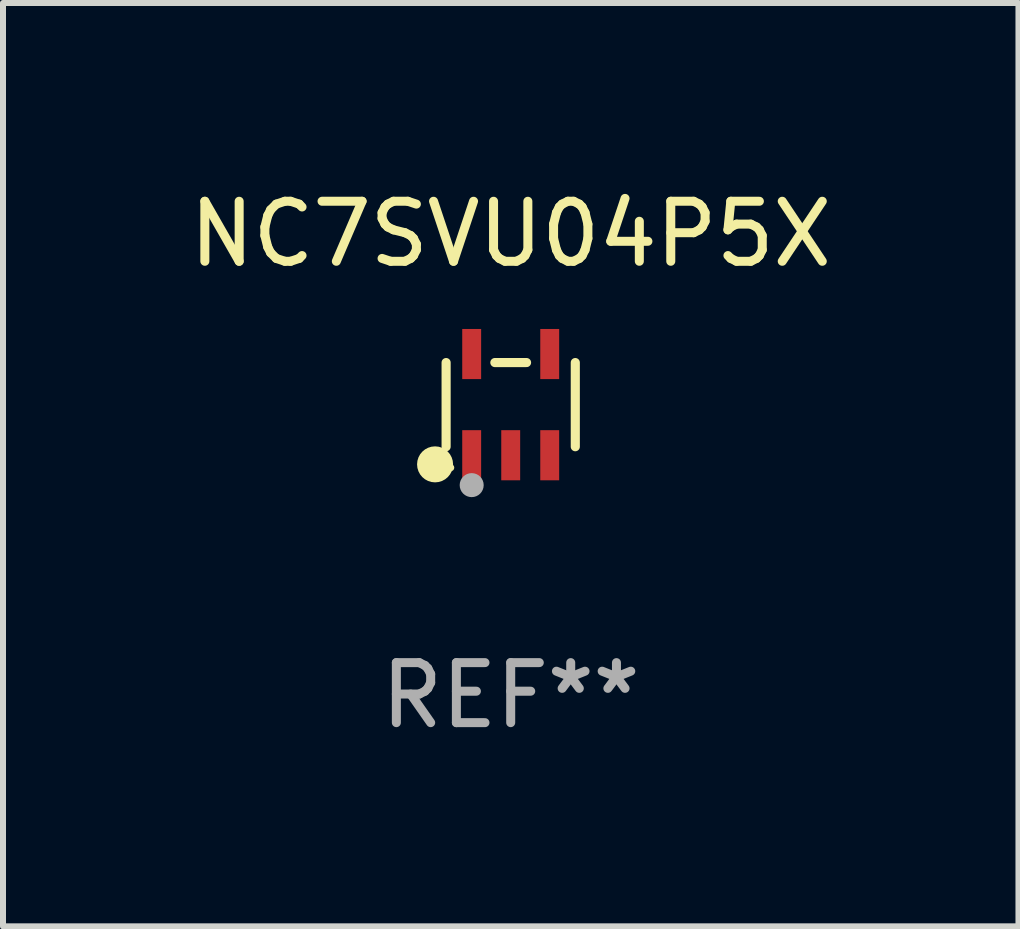
<source format=kicad_pcb>
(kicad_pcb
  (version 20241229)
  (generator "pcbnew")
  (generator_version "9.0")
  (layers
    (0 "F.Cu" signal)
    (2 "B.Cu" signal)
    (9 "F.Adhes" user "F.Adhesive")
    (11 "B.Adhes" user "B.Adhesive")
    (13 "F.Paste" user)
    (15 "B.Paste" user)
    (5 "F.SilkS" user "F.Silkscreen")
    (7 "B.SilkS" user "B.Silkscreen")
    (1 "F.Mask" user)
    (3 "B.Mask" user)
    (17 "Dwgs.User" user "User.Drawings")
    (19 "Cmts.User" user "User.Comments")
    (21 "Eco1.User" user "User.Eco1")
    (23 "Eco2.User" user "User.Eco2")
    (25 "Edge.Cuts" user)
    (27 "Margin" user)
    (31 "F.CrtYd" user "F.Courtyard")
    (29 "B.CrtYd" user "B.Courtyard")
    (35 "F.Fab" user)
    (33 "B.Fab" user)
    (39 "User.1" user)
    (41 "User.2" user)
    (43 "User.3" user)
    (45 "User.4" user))
  (footprint "NC7SVU04P5X"
    (layer "F.Cu")
    (at 5.458 3.691)
    (property "Reference" "NC7SVU04P5X" (at 0 -2.843 0) (layer "F.SilkS") (effects (font (size 1 1) (thickness 0.15))))
    (attr through_hole)
    (fp_line (start -1.076 0.701) (end -1.076 -0.701) (stroke (width 0.152) (type solid)) (layer "F.SilkS"))
    (fp_line (start 0.264 -0.701) (end -0.264 -0.701) (stroke (width 0.152) (type solid)) (layer "F.SilkS"))
    (fp_line (start 1.076 0.701) (end 1.076 -0.701) (stroke (width 0.152) (type solid)) (layer "F.SilkS"))
    (fp_circle (center -1.26 0.995) (end -1.11 0.995) (stroke (width 0.3) (type solid)) (fill no) (layer "F.SilkS"))
    (fp_circle (center -1 1.05) (end -0.97 1.05) (stroke (width 0.06) (type solid)) (fill no) (layer "F.SilkS"))
    (fp_circle (center -0.65 1.341) (end -0.55 1.341) (stroke (width 0.2) (type solid)) (fill no) (layer "F.Fab"))
    (fp_text user "REF**" (at 0 4.843 0) (layer "F.Fab") (effects (font (size 1 1) (thickness 0.15))))
    (pad "1" smd rect (at -0.65 0.843) (size 0.315 0.835) (layers "F.Cu" "F.Mask" "F.Paste"))
    (pad "2" smd rect (at 0.00014 0.843) (size 0.315 0.835) (layers "F.Cu" "F.Mask" "F.Paste"))
    (pad "3" smd rect (at 0.65 0.843) (size 0.315 0.835) (layers "F.Cu" "F.Mask" "F.Paste"))
    (pad "4" smd rect (at 0.65 -0.843) (size 0.315 0.835) (layers "F.Cu" "F.Mask" "F.Paste"))
    (pad "5" smd rect (at -0.65 -0.843) (size 0.315 0.835) (layers "F.Cu" "F.Mask" "F.Paste")))
  (gr_rect
    (start -3 -3)
    (end 13.917 12.382)
    (stroke (width 0.1) (type default))
    (fill no)
    (layer "Edge.Cuts")))
</source>
